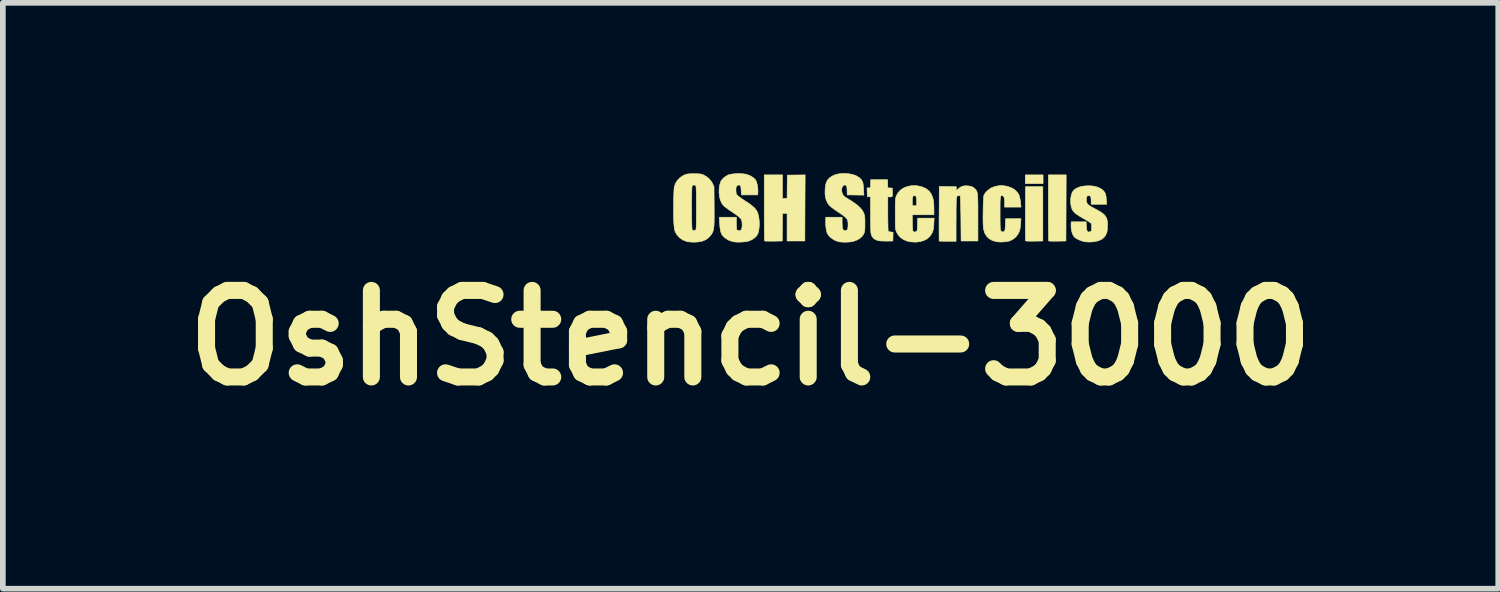
<source format=kicad_pcb>
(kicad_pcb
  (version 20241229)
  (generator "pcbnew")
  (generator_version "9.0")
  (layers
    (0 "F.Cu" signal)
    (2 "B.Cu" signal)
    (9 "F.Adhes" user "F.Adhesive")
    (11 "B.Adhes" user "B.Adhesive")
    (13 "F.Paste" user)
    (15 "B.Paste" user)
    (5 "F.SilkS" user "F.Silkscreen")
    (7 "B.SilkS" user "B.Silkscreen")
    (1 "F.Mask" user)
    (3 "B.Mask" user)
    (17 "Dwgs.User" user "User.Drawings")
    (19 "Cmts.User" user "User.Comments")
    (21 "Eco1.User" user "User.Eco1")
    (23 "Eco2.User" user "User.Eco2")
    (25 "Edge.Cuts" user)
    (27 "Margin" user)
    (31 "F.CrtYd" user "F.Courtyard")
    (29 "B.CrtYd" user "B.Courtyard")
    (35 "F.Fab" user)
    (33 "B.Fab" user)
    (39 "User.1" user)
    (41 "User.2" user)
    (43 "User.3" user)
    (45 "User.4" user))
  (footprint "OshStencil-3000"
    (layer "F.Cu")
    (at 12.627 0.589)
    (property "Reference" "OshStencil-3000" (at -2.46 2.31 0) (layer "F.SilkS") (effects (font (size 1.524 1.524) (thickness 0.3))))
    (attr through_hole)
    (fp_poly (pts (xy 2.692 -0.406) (xy 2.379 -0.406) (xy 2.379 -0.559) (xy 2.692 -0.559) (xy 2.692 -0.406)) (stroke (width 0.01) (type solid)) (fill yes) (layer "F.SilkS"))
    (fp_poly (pts (xy 2.688 0.605) (xy 2.538 0.608) (xy 2.481 0.608) (xy 2.439 0.608) (xy 2.41 0.607) (xy 2.392 0.604) (xy 2.384 0.601) (xy 2.383 0.599) (xy 2.382 0.589) (xy 2.382 0.563) (xy 2.381 0.524) (xy 2.381 0.472) (xy 2.381 0.41) (xy 2.381 0.339) (xy 2.381 0.26) (xy 2.381 0.175) (xy 2.381 0.119) (xy 2.383 -0.351) (xy 2.688 -0.351) (xy 2.688 0.605)) (stroke (width 0.01) (type solid)) (fill yes) (layer "F.SilkS"))
    (fp_poly (pts (xy 3.095 0.605) (xy 2.946 0.608) (xy 2.897 0.608) (xy 2.855 0.608) (xy 2.821 0.607) (xy 2.799 0.606) (xy 2.791 0.604) (xy 2.79 0.595) (xy 2.789 0.57) (xy 2.789 0.531) (xy 2.788 0.479) (xy 2.787 0.416) (xy 2.787 0.343) (xy 2.786 0.262) (xy 2.786 0.173) (xy 2.786 0.078) (xy 2.786 0.02) (xy 2.786 -0.559) (xy 3.099 -0.559) (xy 3.095 0.605)) (stroke (width 0.01) (type solid)) (fill yes) (layer "F.SilkS"))
    (fp_poly (pts (xy -1.501 0.023) (xy -1.503 0.605) (xy -1.816 0.605) (xy -1.816 0.119) (xy -1.856 0.119) (xy -1.896 0.119) (xy -1.899 0.362) (xy -1.901 0.605) (xy -2.054 0.608) (xy -2.103 0.608) (xy -2.146 0.608) (xy -2.181 0.607) (xy -2.204 0.606) (xy -2.212 0.604) (xy -2.213 0.595) (xy -2.214 0.57) (xy -2.215 0.531) (xy -2.216 0.479) (xy -2.217 0.416) (xy -2.217 0.343) (xy -2.218 0.262) (xy -2.218 0.173) (xy -2.218 0.078) (xy -2.218 0.02) (xy -2.218 -0.559) (xy -1.897 -0.559) (xy -1.897 -0.143) (xy -1.856 -0.146) (xy -1.816 -0.148) (xy -1.812 -0.555) (xy -1.655 -0.557) (xy -1.498 -0.559) (xy -1.501 0.023)) (stroke (width 0.01) (type solid)) (fill yes) (layer "F.SilkS"))
    (fp_poly (pts (xy -0.044 -0.403) (xy -0.042 -0.331) (xy -0.002 -0.329) (xy 0.038 -0.326) (xy 0.04 -0.252) (xy 0.04 -0.216) (xy 0.039 -0.194) (xy 0.036 -0.182) (xy 0.03 -0.176) (xy 0.021 -0.173) (xy -0.005 -0.17) (xy -0.021 -0.171) (xy -0.042 -0.175) (xy -0.042 0.122) (xy -0.042 0.191) (xy -0.041 0.256) (xy -0.04 0.313) (xy -0.039 0.361) (xy -0.038 0.398) (xy -0.036 0.422) (xy -0.035 0.431) (xy -0.023 0.438) (xy 0.000012 0.445) (xy 0.012 0.447) (xy 0.051 0.451) (xy 0.049 0.528) (xy 0.047 0.605) (xy -0.055 0.607) (xy -0.1 0.606) (xy -0.144 0.605) (xy -0.181 0.603) (xy -0.202 0.6) (xy -0.255 0.584) (xy -0.295 0.557) (xy -0.324 0.518) (xy -0.339 0.469) (xy -0.341 0.449) (xy -0.343 0.414) (xy -0.344 0.367) (xy -0.345 0.31) (xy -0.346 0.246) (xy -0.347 0.176) (xy -0.347 0.123) (xy -0.347 -0.174) (xy -0.402 -0.174) (xy -0.405 -0.252) (xy -0.407 -0.33) (xy -0.348 -0.33) (xy -0.345 -0.403) (xy -0.343 -0.475) (xy -0.047 -0.475) (xy -0.044 -0.403)) (stroke (width 0.01) (type solid)) (fill yes) (layer "F.SilkS"))
    (fp_poly (pts (xy 1.404 -0.362) (xy 1.45 -0.347) (xy 1.488 -0.319) (xy 1.502 -0.305) (xy 1.511 -0.293) (xy 1.519 -0.281) (xy 1.526 -0.267) (xy 1.531 -0.25) (xy 1.535 -0.229) (xy 1.539 -0.201) (xy 1.541 -0.165) (xy 1.543 -0.12) (xy 1.544 -0.065) (xy 1.545 0.003) (xy 1.545 0.084) (xy 1.545 0.181) (xy 1.545 0.199) (xy 1.545 0.605) (xy 1.249 0.605) (xy 1.245 0.216) (xy 1.244 0.136) (xy 1.242 0.061) (xy 1.241 -0.007) (xy 1.239 -0.066) (xy 1.238 -0.115) (xy 1.236 -0.153) (xy 1.235 -0.176) (xy 1.234 -0.184) (xy 1.219 -0.193) (xy 1.199 -0.194) (xy 1.181 -0.187) (xy 1.179 -0.184) (xy 1.175 -0.177) (xy 1.171 -0.167) (xy 1.168 -0.152) (xy 1.166 -0.131) (xy 1.164 -0.101) (xy 1.163 -0.063) (xy 1.162 -0.014) (xy 1.161 0.048) (xy 1.161 0.123) (xy 1.161 0.212) (xy 1.16 0.256) (xy 1.16 0.61) (xy 1.013 0.61) (xy 0.965 0.609) (xy 0.923 0.609) (xy 0.89 0.608) (xy 0.869 0.607) (xy 0.863 0.606) (xy 0.862 0.597) (xy 0.862 0.573) (xy 0.861 0.535) (xy 0.861 0.484) (xy 0.861 0.423) (xy 0.861 0.352) (xy 0.861 0.274) (xy 0.861 0.189) (xy 0.862 0.123) (xy 0.864 -0.356) (xy 1.014 -0.354) (xy 1.164 -0.351) (xy 1.164 -0.279) (xy 1.193 -0.308) (xy 1.23 -0.338) (xy 1.265 -0.357) (xy 1.305 -0.366) (xy 1.346 -0.367) (xy 1.404 -0.362)) (stroke (width 0.01) (type solid)) (fill yes) (layer "F.SilkS"))
    (fp_poly (pts (xy 2.057 -0.359) (xy 2.12 -0.338) (xy 2.177 -0.309) (xy 2.224 -0.27) (xy 2.259 -0.223) (xy 2.262 -0.218) (xy 2.274 -0.188) (xy 2.284 -0.148) (xy 2.293 -0.096) (xy 2.298 -0.044) (xy 2.304 0.008) (xy 2.015 0.008) (xy 2.015 -0.07) (xy 2.013 -0.121) (xy 2.007 -0.158) (xy 1.997 -0.181) (xy 1.982 -0.192) (xy 1.976 -0.193) (xy 1.965 -0.194) (xy 1.956 -0.192) (xy 1.95 -0.186) (xy 1.944 -0.174) (xy 1.94 -0.154) (xy 1.938 -0.126) (xy 1.936 -0.087) (xy 1.935 -0.035) (xy 1.935 0.03) (xy 1.935 0.109) (xy 1.935 0.177) (xy 1.935 0.24) (xy 1.936 0.297) (xy 1.937 0.344) (xy 1.939 0.38) (xy 1.94 0.403) (xy 1.941 0.409) (xy 1.953 0.43) (xy 1.969 0.442) (xy 1.987 0.447) (xy 2.001 0.441) (xy 2.008 0.434) (xy 2.015 0.425) (xy 2.021 0.411) (xy 2.024 0.391) (xy 2.027 0.361) (xy 2.03 0.317) (xy 2.03 0.314) (xy 2.034 0.212) (xy 2.302 0.212) (xy 2.298 0.294) (xy 2.294 0.336) (xy 2.289 0.376) (xy 2.283 0.409) (xy 2.281 0.419) (xy 2.255 0.477) (xy 2.217 0.529) (xy 2.168 0.571) (xy 2.112 0.6) (xy 2.096 0.606) (xy 2.052 0.615) (xy 1.999 0.621) (xy 1.943 0.623) (xy 1.892 0.62) (xy 1.871 0.617) (xy 1.802 0.598) (xy 1.745 0.566) (xy 1.699 0.522) (xy 1.665 0.466) (xy 1.644 0.398) (xy 1.643 0.393) (xy 1.64 0.369) (xy 1.638 0.331) (xy 1.636 0.283) (xy 1.635 0.226) (xy 1.635 0.165) (xy 1.636 0.1) (xy 1.637 0.036) (xy 1.638 -0.026) (xy 1.64 -0.082) (xy 1.643 -0.131) (xy 1.646 -0.169) (xy 1.649 -0.193) (xy 1.65 -0.198) (xy 1.667 -0.23) (xy 1.695 -0.264) (xy 1.732 -0.297) (xy 1.771 -0.325) (xy 1.787 -0.333) (xy 1.851 -0.357) (xy 1.92 -0.369) (xy 1.989 -0.369) (xy 2.057 -0.359)) (stroke (width 0.01) (type solid)) (fill yes) (layer "F.SilkS"))
    (fp_poly (pts (xy 0.492 -0.365) (xy 0.568 -0.346) (xy 0.632 -0.317) (xy 0.683 -0.276) (xy 0.722 -0.224) (xy 0.749 -0.16) (xy 0.761 -0.109) (xy 0.765 -0.077) (xy 0.768 -0.034) (xy 0.77 0.013) (xy 0.77 0.045) (xy 0.77 0.144) (xy 0.388 0.144) (xy 0.391 0.288) (xy 0.392 0.343) (xy 0.394 0.383) (xy 0.396 0.411) (xy 0.399 0.428) (xy 0.403 0.438) (xy 0.406 0.44) (xy 0.432 0.448) (xy 0.459 0.439) (xy 0.462 0.437) (xy 0.469 0.43) (xy 0.474 0.42) (xy 0.477 0.402) (xy 0.479 0.376) (xy 0.481 0.336) (xy 0.481 0.314) (xy 0.484 0.203) (xy 0.629 0.203) (xy 0.773 0.203) (xy 0.769 0.303) (xy 0.764 0.368) (xy 0.754 0.421) (xy 0.737 0.465) (xy 0.713 0.504) (xy 0.69 0.532) (xy 0.645 0.57) (xy 0.589 0.598) (xy 0.522 0.617) (xy 0.45 0.625) (xy 0.373 0.621) (xy 0.368 0.621) (xy 0.29 0.604) (xy 0.224 0.574) (xy 0.171 0.534) (xy 0.129 0.481) (xy 0.107 0.437) (xy 0.102 0.424) (xy 0.098 0.411) (xy 0.095 0.395) (xy 0.092 0.375) (xy 0.091 0.349) (xy 0.09 0.314) (xy 0.089 0.268) (xy 0.089 0.21) (xy 0.089 0.137) (xy 0.089 0.127) (xy 0.089 0.053) (xy 0.089 -0.007) (xy 0.09 -0.054) (xy 0.091 -0.089) (xy 0.389 -0.089) (xy 0.389 -0.017) (xy 0.466 -0.017) (xy 0.466 -0.089) (xy 0.464 -0.135) (xy 0.46 -0.166) (xy 0.451 -0.185) (xy 0.438 -0.193) (xy 0.428 -0.195) (xy 0.411 -0.191) (xy 0.4 -0.179) (xy 0.393 -0.155) (xy 0.39 -0.119) (xy 0.389 -0.089) (xy 0.091 -0.089) (xy 0.091 -0.09) (xy 0.092 -0.117) (xy 0.094 -0.138) (xy 0.097 -0.155) (xy 0.101 -0.169) (xy 0.106 -0.183) (xy 0.109 -0.191) (xy 0.14 -0.247) (xy 0.184 -0.294) (xy 0.239 -0.33) (xy 0.303 -0.355) (xy 0.375 -0.369) (xy 0.453 -0.369) (xy 0.492 -0.365)) (stroke (width 0.01) (type solid)) (fill yes) (layer "F.SilkS"))
    (fp_poly (pts (xy 3.571 -0.363) (xy 3.642 -0.347) (xy 3.701 -0.322) (xy 3.733 -0.3) (xy 3.761 -0.273) (xy 3.78 -0.248) (xy 3.793 -0.219) (xy 3.801 -0.182) (xy 3.806 -0.133) (xy 3.806 -0.129) (xy 3.812 -0.042) (xy 3.539 -0.042) (xy 3.539 -0.102) (xy 3.537 -0.146) (xy 3.531 -0.175) (xy 3.519 -0.19) (xy 3.504 -0.195) (xy 3.479 -0.192) (xy 3.464 -0.18) (xy 3.456 -0.158) (xy 3.454 -0.123) (xy 3.456 -0.095) (xy 3.461 -0.071) (xy 3.472 -0.051) (xy 3.49 -0.032) (xy 3.519 -0.011) (xy 3.559 0.012) (xy 3.607 0.038) (xy 3.673 0.074) (xy 3.725 0.106) (xy 3.764 0.137) (xy 3.792 0.169) (xy 3.811 0.204) (xy 3.822 0.245) (xy 3.826 0.294) (xy 3.826 0.35) (xy 3.824 0.394) (xy 3.821 0.426) (xy 3.816 0.451) (xy 3.808 0.473) (xy 3.799 0.493) (xy 3.768 0.539) (xy 3.725 0.575) (xy 3.669 0.6) (xy 3.6 0.616) (xy 3.544 0.622) (xy 3.503 0.623) (xy 3.46 0.621) (xy 3.425 0.618) (xy 3.425 0.618) (xy 3.391 0.61) (xy 3.352 0.596) (xy 3.314 0.58) (xy 3.312 0.579) (xy 3.276 0.56) (xy 3.251 0.542) (xy 3.233 0.521) (xy 3.226 0.511) (xy 3.206 0.47) (xy 3.193 0.418) (xy 3.185 0.361) (xy 3.185 0.313) (xy 3.188 0.267) (xy 3.45 0.267) (xy 3.454 0.344) (xy 3.458 0.389) (xy 3.464 0.42) (xy 3.474 0.439) (xy 3.488 0.446) (xy 3.508 0.445) (xy 3.509 0.445) (xy 3.529 0.438) (xy 3.541 0.43) (xy 3.545 0.414) (xy 3.547 0.387) (xy 3.547 0.356) (xy 3.545 0.326) (xy 3.541 0.303) (xy 3.539 0.296) (xy 3.529 0.287) (xy 3.507 0.271) (xy 3.475 0.251) (xy 3.438 0.228) (xy 3.423 0.22) (xy 3.36 0.184) (xy 3.311 0.153) (xy 3.274 0.127) (xy 3.245 0.103) (xy 3.224 0.079) (xy 3.209 0.055) (xy 3.204 0.047) (xy 3.186 -0.005) (xy 3.178 -0.066) (xy 3.178 -0.13) (xy 3.186 -0.192) (xy 3.204 -0.247) (xy 3.206 -0.251) (xy 3.233 -0.29) (xy 3.275 -0.321) (xy 3.33 -0.345) (xy 3.396 -0.361) (xy 3.472 -0.367) (xy 3.488 -0.368) (xy 3.571 -0.363)) (stroke (width 0.01) (type solid)) (fill yes) (layer "F.SilkS"))
    (fp_poly (pts (xy -3.405 -0.579) (xy -3.369 -0.578) (xy -3.342 -0.575) (xy -3.319 -0.57) (xy -3.297 -0.562) (xy -3.291 -0.56) (xy -3.235 -0.529) (xy -3.184 -0.486) (xy -3.143 -0.434) (xy -3.128 -0.405) (xy -3.103 -0.351) (xy -3.1 -0.014) (xy -3.1 0.083) (xy -3.099 0.164) (xy -3.1 0.232) (xy -3.101 0.288) (xy -3.103 0.334) (xy -3.107 0.371) (xy -3.112 0.401) (xy -3.118 0.426) (xy -3.126 0.447) (xy -3.135 0.466) (xy -3.147 0.485) (xy -3.151 0.491) (xy -3.194 0.542) (xy -3.246 0.581) (xy -3.31 0.608) (xy -3.384 0.622) (xy -3.457 0.626) (xy -3.499 0.624) (xy -3.538 0.621) (xy -3.57 0.617) (xy -3.581 0.614) (xy -3.649 0.588) (xy -3.707 0.549) (xy -3.753 0.5) (xy -3.781 0.453) (xy -3.791 0.429) (xy -3.798 0.403) (xy -3.803 0.37) (xy -3.807 0.326) (xy -3.81 0.295) (xy -3.812 0.252) (xy -3.814 0.197) (xy -3.815 0.135) (xy -3.815 0.068) (xy -3.815 0.029) (xy -3.497 0.029) (xy -3.497 0.1) (xy -3.496 0.168) (xy -3.496 0.232) (xy -3.494 0.289) (xy -3.493 0.337) (xy -3.491 0.375) (xy -3.489 0.399) (xy -3.488 0.407) (xy -3.473 0.421) (xy -3.452 0.423) (xy -3.432 0.415) (xy -3.42 0.399) (xy -3.42 0.398) (xy -3.418 0.383) (xy -3.416 0.354) (xy -3.415 0.313) (xy -3.414 0.261) (xy -3.414 0.202) (xy -3.413 0.136) (xy -3.413 0.067) (xy -3.413 -0.003) (xy -3.413 -0.073) (xy -3.414 -0.14) (xy -3.414 -0.202) (xy -3.415 -0.257) (xy -3.417 -0.302) (xy -3.418 -0.335) (xy -3.42 -0.355) (xy -3.42 -0.359) (xy -3.434 -0.376) (xy -3.455 -0.382) (xy -3.475 -0.377) (xy -3.488 -0.365) (xy -3.49 -0.352) (xy -3.492 -0.325) (xy -3.494 -0.285) (xy -3.495 -0.235) (xy -3.496 -0.176) (xy -3.497 -0.111) (xy -3.497 -0.042) (xy -3.497 0.029) (xy -3.815 0.029) (xy -3.815 -0.003) (xy -3.814 -0.073) (xy -3.813 -0.141) (xy -3.811 -0.204) (xy -3.809 -0.259) (xy -3.807 -0.304) (xy -3.804 -0.336) (xy -3.802 -0.347) (xy -3.782 -0.408) (xy -3.747 -0.464) (xy -3.7 -0.511) (xy -3.643 -0.549) (xy -3.617 -0.56) (xy -3.595 -0.568) (xy -3.573 -0.574) (xy -3.547 -0.577) (xy -3.513 -0.579) (xy -3.468 -0.579) (xy -3.454 -0.579) (xy -3.405 -0.579)) (stroke (width 0.01) (type solid)) (fill yes) (layer "F.SilkS"))
    (fp_poly (pts (xy -2.593 -0.578) (xy -2.545 -0.572) (xy -2.515 -0.564) (xy -2.457 -0.54) (xy -2.409 -0.509) (xy -2.375 -0.475) (xy -2.366 -0.462) (xy -2.352 -0.429) (xy -2.341 -0.385) (xy -2.333 -0.335) (xy -2.329 -0.284) (xy -2.33 -0.25) (xy -2.333 -0.207) (xy -2.62 -0.207) (xy -2.625 -0.284) (xy -2.627 -0.319) (xy -2.631 -0.348) (xy -2.634 -0.367) (xy -2.636 -0.37) (xy -2.648 -0.378) (xy -2.667 -0.381) (xy -2.692 -0.375) (xy -2.707 -0.358) (xy -2.716 -0.328) (xy -2.717 -0.283) (xy -2.716 -0.279) (xy -2.714 -0.247) (xy -2.71 -0.226) (xy -2.702 -0.211) (xy -2.687 -0.195) (xy -2.678 -0.187) (xy -2.658 -0.171) (xy -2.627 -0.149) (xy -2.59 -0.123) (xy -2.55 -0.097) (xy -2.543 -0.093) (xy -2.476 -0.049) (xy -2.424 -0.008) (xy -2.384 0.029) (xy -2.355 0.067) (xy -2.335 0.105) (xy -2.329 0.123) (xy -2.315 0.182) (xy -2.307 0.246) (xy -2.305 0.313) (xy -2.309 0.377) (xy -2.318 0.435) (xy -2.333 0.482) (xy -2.339 0.495) (xy -2.369 0.533) (xy -2.413 0.568) (xy -2.467 0.597) (xy -2.478 0.602) (xy -2.517 0.612) (xy -2.567 0.62) (xy -2.624 0.624) (xy -2.681 0.625) (xy -2.734 0.622) (xy -2.778 0.615) (xy -2.785 0.613) (xy -2.853 0.587) (xy -2.912 0.549) (xy -2.939 0.524) (xy -2.962 0.495) (xy -2.979 0.459) (xy -2.991 0.413) (xy -2.999 0.356) (xy -3.004 0.29) (xy -3.008 0.186) (xy -2.709 0.186) (xy -2.709 0.288) (xy -2.709 0.33) (xy -2.707 0.366) (xy -2.704 0.393) (xy -2.701 0.407) (xy -2.685 0.42) (xy -2.663 0.423) (xy -2.639 0.42) (xy -2.623 0.407) (xy -2.613 0.384) (xy -2.608 0.347) (xy -2.608 0.319) (xy -2.608 0.286) (xy -2.612 0.258) (xy -2.619 0.234) (xy -2.632 0.212) (xy -2.652 0.19) (xy -2.682 0.165) (xy -2.722 0.135) (xy -2.775 0.099) (xy -2.785 0.092) (xy -2.838 0.057) (xy -2.878 0.028) (xy -2.908 0.005) (xy -2.931 -0.015) (xy -2.948 -0.034) (xy -2.962 -0.054) (xy -2.969 -0.066) (xy -2.992 -0.118) (xy -3.007 -0.181) (xy -3.014 -0.25) (xy -3.012 -0.319) (xy -3.002 -0.385) (xy -2.984 -0.441) (xy -2.98 -0.45) (xy -2.954 -0.486) (xy -2.916 -0.52) (xy -2.87 -0.549) (xy -2.845 -0.561) (xy -2.809 -0.57) (xy -2.761 -0.577) (xy -2.706 -0.581) (xy -2.648 -0.581) (xy -2.593 -0.578)) (stroke (width 0.01) (type solid)) (fill yes) (layer "F.SilkS"))
    (fp_poly (pts (xy -0.727 -0.579) (xy -0.656 -0.565) (xy -0.595 -0.542) (xy -0.545 -0.511) (xy -0.507 -0.474) (xy -0.484 -0.43) (xy -0.482 -0.426) (xy -0.478 -0.404) (xy -0.474 -0.37) (xy -0.47 -0.33) (xy -0.468 -0.298) (xy -0.463 -0.203) (xy -0.758 -0.207) (xy -0.759 -0.282) (xy -0.761 -0.326) (xy -0.766 -0.355) (xy -0.775 -0.372) (xy -0.789 -0.38) (xy -0.801 -0.381) (xy -0.825 -0.373) (xy -0.843 -0.352) (xy -0.853 -0.319) (xy -0.854 -0.277) (xy -0.851 -0.259) (xy -0.843 -0.227) (xy -0.828 -0.2) (xy -0.802 -0.175) (xy -0.763 -0.149) (xy -0.76 -0.147) (xy -0.68 -0.098) (xy -0.615 -0.053) (xy -0.563 -0.012) (xy -0.522 0.027) (xy -0.492 0.065) (xy -0.47 0.103) (xy -0.465 0.115) (xy -0.458 0.136) (xy -0.452 0.157) (xy -0.449 0.181) (xy -0.446 0.211) (xy -0.445 0.252) (xy -0.445 0.296) (xy -0.445 0.35) (xy -0.446 0.391) (xy -0.449 0.421) (xy -0.453 0.444) (xy -0.458 0.464) (xy -0.46 0.467) (xy -0.486 0.513) (xy -0.527 0.553) (xy -0.581 0.586) (xy -0.646 0.611) (xy -0.658 0.614) (xy -0.693 0.62) (xy -0.739 0.624) (xy -0.79 0.626) (xy -0.84 0.625) (xy -0.883 0.621) (xy -0.908 0.617) (xy -0.962 0.599) (xy -1.012 0.571) (xy -1.057 0.537) (xy -1.091 0.499) (xy -1.113 0.459) (xy -1.113 0.458) (xy -1.128 0.395) (xy -1.136 0.321) (xy -1.136 0.252) (xy -1.134 0.186) (xy -0.847 0.186) (xy -0.847 0.282) (xy -0.845 0.334) (xy -0.842 0.372) (xy -0.835 0.397) (xy -0.825 0.412) (xy -0.809 0.42) (xy -0.799 0.422) (xy -0.774 0.42) (xy -0.757 0.408) (xy -0.747 0.384) (xy -0.742 0.346) (xy -0.742 0.317) (xy -0.743 0.28) (xy -0.748 0.251) (xy -0.756 0.226) (xy -0.772 0.204) (xy -0.796 0.181) (xy -0.83 0.154) (xy -0.877 0.121) (xy -0.883 0.117) (xy -0.941 0.078) (xy -0.987 0.046) (xy -1.022 0.02) (xy -1.048 -0.001) (xy -1.068 -0.019) (xy -1.083 -0.036) (xy -1.095 -0.053) (xy -1.106 -0.071) (xy -1.107 -0.073) (xy -1.129 -0.125) (xy -1.143 -0.179) (xy -1.148 -0.242) (xy -1.147 -0.29) (xy -1.141 -0.361) (xy -1.128 -0.417) (xy -1.107 -0.463) (xy -1.076 -0.5) (xy -1.035 -0.53) (xy -1.019 -0.539) (xy -0.968 -0.562) (xy -0.915 -0.576) (xy -0.854 -0.583) (xy -0.806 -0.584) (xy -0.727 -0.579)) (stroke (width 0.01) (type solid)) (fill yes) (layer "F.SilkS")))
  (gr_rect
    (start -3 -3)
    (end 23.335 7.317)
    (stroke (width 0.1) (type default))
    (fill no)
    (layer "Edge.Cuts")))
</source>
